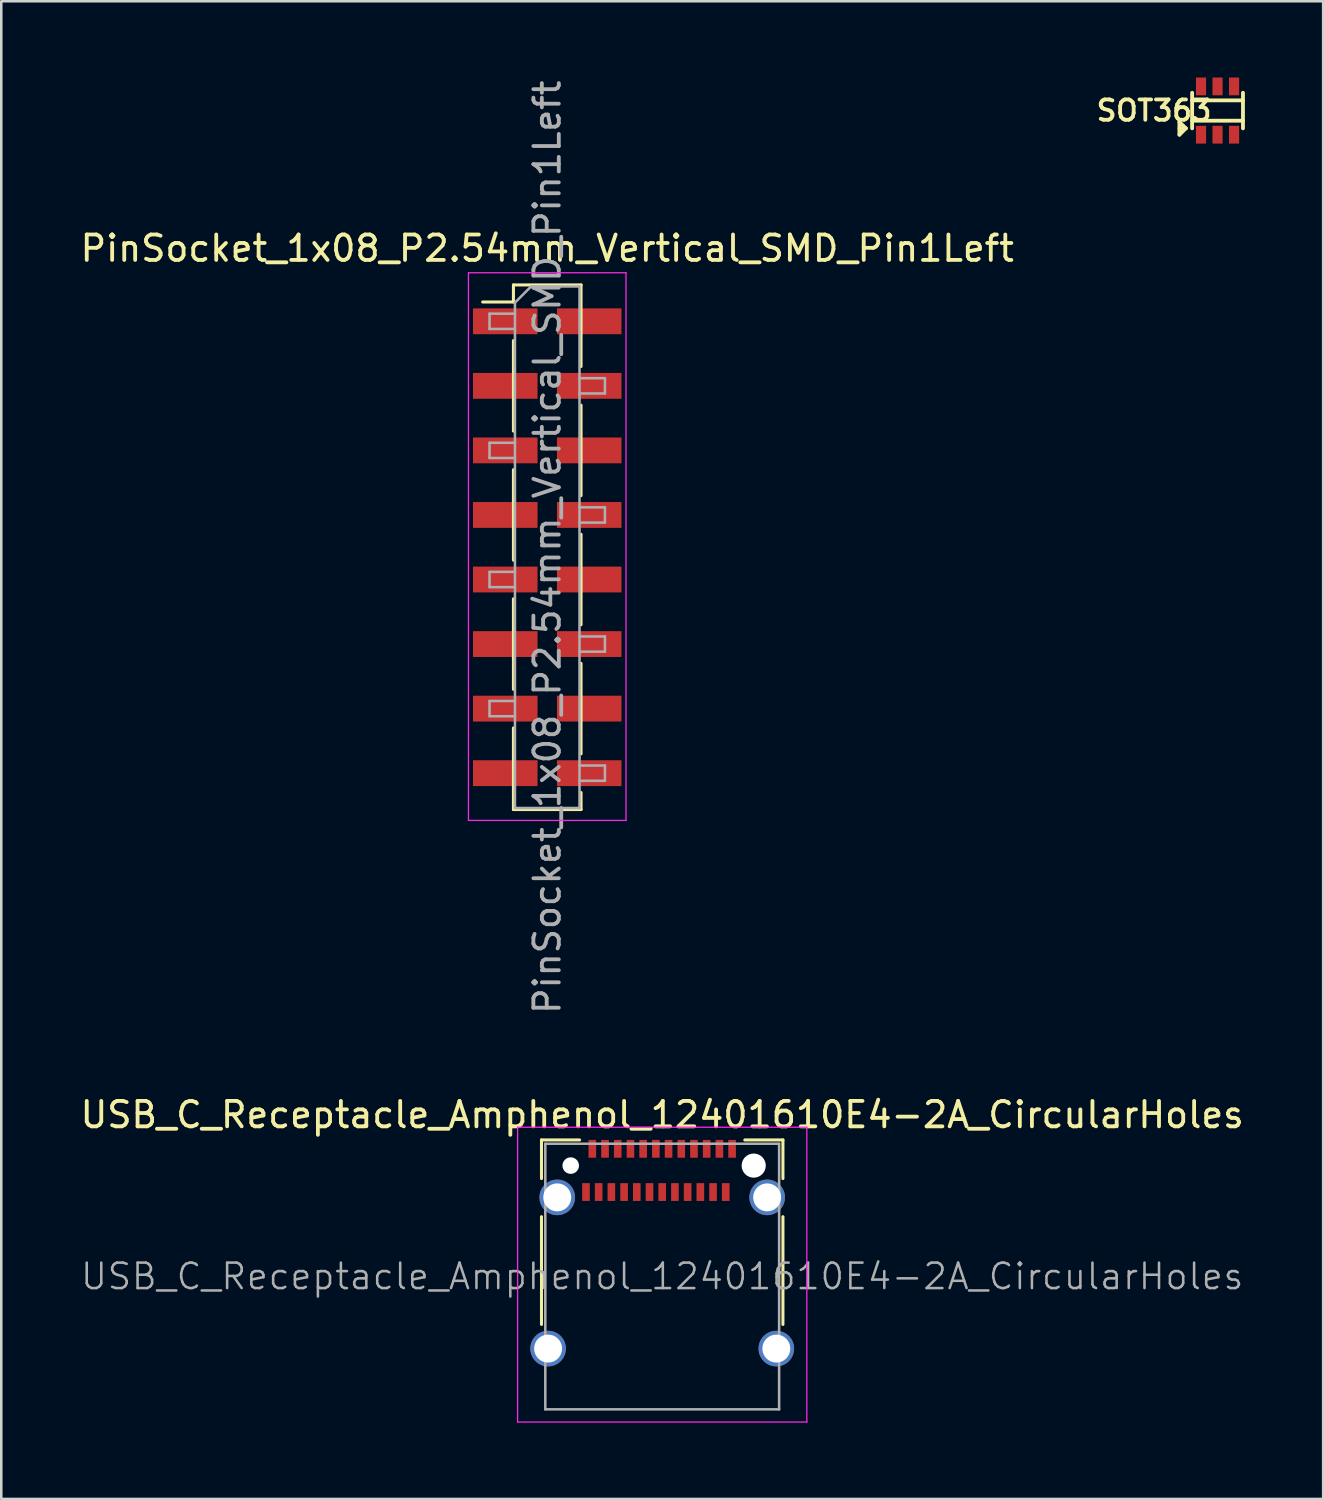
<source format=kicad_pcb>
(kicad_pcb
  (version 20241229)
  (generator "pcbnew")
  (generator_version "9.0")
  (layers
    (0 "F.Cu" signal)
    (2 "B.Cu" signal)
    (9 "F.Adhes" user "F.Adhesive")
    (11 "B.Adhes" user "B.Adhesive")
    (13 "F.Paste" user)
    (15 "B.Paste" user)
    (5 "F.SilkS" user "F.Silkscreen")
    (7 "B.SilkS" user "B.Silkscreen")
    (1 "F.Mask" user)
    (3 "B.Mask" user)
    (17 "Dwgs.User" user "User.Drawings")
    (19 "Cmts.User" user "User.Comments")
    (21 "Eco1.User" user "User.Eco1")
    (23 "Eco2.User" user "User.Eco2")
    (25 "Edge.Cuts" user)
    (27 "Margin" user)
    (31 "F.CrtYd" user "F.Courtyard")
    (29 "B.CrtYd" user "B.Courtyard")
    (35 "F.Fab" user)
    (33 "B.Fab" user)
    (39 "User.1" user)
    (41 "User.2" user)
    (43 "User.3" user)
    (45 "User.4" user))
  (footprint "PinSocket_1x08_P2.54mm_Vertical_SMD_Pin1Left"
    (layer "F.Cu")
    (at 18.482 18.482)
    (property "Reference" "PinSocket_1x08_P2.54mm_Vertical_SMD_Pin1Left" (at 0 -11.76 0) (layer "F.SilkS") (effects (font (size 1 1) (thickness 0.15))))
    (attr smd)
    (fp_line (start -2.54 -9.65) (end -1.33 -9.65) (stroke (width 0.12) (type solid)) (layer "F.SilkS"))
    (fp_line (start -1.33 -10.32) (end -1.33 -9.65) (stroke (width 0.12) (type solid)) (layer "F.SilkS"))
    (fp_line (start -1.33 -10.32) (end 1.33 -10.32) (stroke (width 0.12) (type solid)) (layer "F.SilkS"))
    (fp_line (start -1.33 -8.13) (end -1.33 -4.57) (stroke (width 0.12) (type solid)) (layer "F.SilkS"))
    (fp_line (start -1.33 -3.05) (end -1.33 0.51) (stroke (width 0.12) (type solid)) (layer "F.SilkS"))
    (fp_line (start -1.33 2.03) (end -1.33 5.59) (stroke (width 0.12) (type solid)) (layer "F.SilkS"))
    (fp_line (start -1.33 7.11) (end -1.33 10.32) (stroke (width 0.12) (type solid)) (layer "F.SilkS"))
    (fp_line (start -1.33 10.32) (end 1.33 10.32) (stroke (width 0.12) (type solid)) (layer "F.SilkS"))
    (fp_line (start 1.33 -10.32) (end 1.33 -7.11) (stroke (width 0.12) (type solid)) (layer "F.SilkS"))
    (fp_line (start 1.33 -5.59) (end 1.33 -2.03) (stroke (width 0.12) (type solid)) (layer "F.SilkS"))
    (fp_line (start 1.33 -0.51) (end 1.33 3.05) (stroke (width 0.12) (type solid)) (layer "F.SilkS"))
    (fp_line (start 1.33 4.57) (end 1.33 8.13) (stroke (width 0.12) (type solid)) (layer "F.SilkS"))
    (fp_line (start 1.33 9.65) (end 1.33 10.32) (stroke (width 0.12) (type solid)) (layer "F.SilkS"))
    (fp_line (start -3.1 -10.8) (end 3.1 -10.8) (stroke (width 0.05) (type solid)) (layer "F.CrtYd"))
    (fp_line (start -3.1 10.75) (end -3.1 -10.8) (stroke (width 0.05) (type solid)) (layer "F.CrtYd"))
    (fp_line (start 3.1 -10.8) (end 3.1 10.75) (stroke (width 0.05) (type solid)) (layer "F.CrtYd"))
    (fp_line (start 3.1 10.75) (end -3.1 10.75) (stroke (width 0.05) (type solid)) (layer "F.CrtYd"))
    (fp_line (start -2.27 -9.19) (end -1.27 -9.19) (stroke (width 0.1) (type solid)) (layer "F.Fab"))
    (fp_line (start -2.27 -8.59) (end -2.27 -9.19) (stroke (width 0.1) (type solid)) (layer "F.Fab"))
    (fp_line (start -2.27 -4.11) (end -1.27 -4.11) (stroke (width 0.1) (type solid)) (layer "F.Fab"))
    (fp_line (start -2.27 -3.51) (end -2.27 -4.11) (stroke (width 0.1) (type solid)) (layer "F.Fab"))
    (fp_line (start -2.27 0.97) (end -1.27 0.97) (stroke (width 0.1) (type solid)) (layer "F.Fab"))
    (fp_line (start -2.27 1.57) (end -2.27 0.97) (stroke (width 0.1) (type solid)) (layer "F.Fab"))
    (fp_line (start -2.27 6.05) (end -1.27 6.05) (stroke (width 0.1) (type solid)) (layer "F.Fab"))
    (fp_line (start -2.27 6.65) (end -2.27 6.05) (stroke (width 0.1) (type solid)) (layer "F.Fab"))
    (fp_line (start -1.27 -9.625) (end -0.635 -10.26) (stroke (width 0.1) (type solid)) (layer "F.Fab"))
    (fp_line (start -1.27 -8.59) (end -2.27 -8.59) (stroke (width 0.1) (type solid)) (layer "F.Fab"))
    (fp_line (start -1.27 -3.51) (end -2.27 -3.51) (stroke (width 0.1) (type solid)) (layer "F.Fab"))
    (fp_line (start -1.27 1.57) (end -2.27 1.57) (stroke (width 0.1) (type solid)) (layer "F.Fab"))
    (fp_line (start -1.27 6.65) (end -2.27 6.65) (stroke (width 0.1) (type solid)) (layer "F.Fab"))
    (fp_line (start -1.27 10.26) (end -1.27 -9.625) (stroke (width 0.1) (type solid)) (layer "F.Fab"))
    (fp_line (start -0.635 -10.26) (end 1.27 -10.26) (stroke (width 0.1) (type solid)) (layer "F.Fab"))
    (fp_line (start 1.27 -10.26) (end 1.27 10.26) (stroke (width 0.1) (type solid)) (layer "F.Fab"))
    (fp_line (start 1.27 -6.65) (end 2.27 -6.65) (stroke (width 0.1) (type solid)) (layer "F.Fab"))
    (fp_line (start 1.27 -1.57) (end 2.27 -1.57) (stroke (width 0.1) (type solid)) (layer "F.Fab"))
    (fp_line (start 1.27 3.51) (end 2.27 3.51) (stroke (width 0.1) (type solid)) (layer "F.Fab"))
    (fp_line (start 1.27 8.59) (end 2.27 8.59) (stroke (width 0.1) (type solid)) (layer "F.Fab"))
    (fp_line (start 1.27 10.26) (end -1.27 10.26) (stroke (width 0.1) (type solid)) (layer "F.Fab"))
    (fp_line (start 2.27 -6.65) (end 2.27 -6.05) (stroke (width 0.1) (type solid)) (layer "F.Fab"))
    (fp_line (start 2.27 -6.05) (end 1.27 -6.05) (stroke (width 0.1) (type solid)) (layer "F.Fab"))
    (fp_line (start 2.27 -1.57) (end 2.27 -0.97) (stroke (width 0.1) (type solid)) (layer "F.Fab"))
    (fp_line (start 2.27 -0.97) (end 1.27 -0.97) (stroke (width 0.1) (type solid)) (layer "F.Fab"))
    (fp_line (start 2.27 3.51) (end 2.27 4.11) (stroke (width 0.1) (type solid)) (layer "F.Fab"))
    (fp_line (start 2.27 4.11) (end 1.27 4.11) (stroke (width 0.1) (type solid)) (layer "F.Fab"))
    (fp_line (start 2.27 8.59) (end 2.27 9.19) (stroke (width 0.1) (type solid)) (layer "F.Fab"))
    (fp_line (start 2.27 9.19) (end 1.27 9.19) (stroke (width 0.1) (type solid)) (layer "F.Fab"))
    (fp_text user "${REFERENCE}" (at 0 0 270) (layer "F.Fab") (effects (font (size 1 1) (thickness 0.15))))
    (pad "1" smd rect (at -1.651 -8.89) (size 2.54 1.016) (layers "F.Cu" "F.Mask" "F.Paste"))
    (pad "1" smd rect (at 1.651 -8.89) (size 2.54 1.016) (layers "F.Cu" "F.Mask" "F.Paste"))
    (pad "2" smd rect (at -1.651 -6.35) (size 2.54 1.016) (layers "F.Cu" "F.Mask" "F.Paste"))
    (pad "2" smd rect (at 1.651 -6.35) (size 2.54 1.016) (layers "F.Cu" "F.Mask" "F.Paste"))
    (pad "3" smd rect (at -1.651 -3.81) (size 2.54 1.016) (layers "F.Cu" "F.Mask" "F.Paste"))
    (pad "3" smd rect (at 1.651 -3.81) (size 2.54 1.016) (layers "F.Cu" "F.Mask" "F.Paste"))
    (pad "4" smd rect (at -1.651 -1.27) (size 2.54 1.016) (layers "F.Cu" "F.Mask" "F.Paste"))
    (pad "4" smd rect (at 1.651 -1.27) (size 2.54 1.016) (layers "F.Cu" "F.Mask" "F.Paste"))
    (pad "5" smd rect (at -1.651 1.27) (size 2.54 1.016) (layers "F.Cu" "F.Mask" "F.Paste"))
    (pad "5" smd rect (at 1.651 1.27) (size 2.54 1.016) (layers "F.Cu" "F.Mask" "F.Paste"))
    (pad "6" smd rect (at -1.651 3.81) (size 2.54 1.016) (layers "F.Cu" "F.Mask" "F.Paste"))
    (pad "6" smd rect (at 1.651 3.81) (size 2.54 1.016) (layers "F.Cu" "F.Mask" "F.Paste"))
    (pad "7" smd rect (at -1.651 6.35) (size 2.54 1.016) (layers "F.Cu" "F.Mask" "F.Paste"))
    (pad "7" smd rect (at 1.651 6.35) (size 2.54 1.016) (layers "F.Cu" "F.Mask" "F.Paste"))
    (pad "8" smd rect (at -1.651 8.89) (size 2.54 1.016) (layers "F.Cu" "F.Mask" "F.Paste"))
    (pad "8" smd rect (at 1.651 8.89) (size 2.54 1.016) (layers "F.Cu" "F.Mask" "F.Paste")))
  (footprint "SOT363"
    (layer "F.Cu")
    (at 44.857 1.3)
    (property "Reference" "SOT363" (at -2.5 0 0) (layer "F.SilkS") (effects (font (size 0.8 0.8) (thickness 0.15))))
    (attr smd)
    (fp_line (start -1.5 0.45) (end -1.5 0.95) (stroke (width 0.15) (type solid)) (layer "F.SilkS"))
    (fp_line (start -1.5 0.95) (end -1.25 0.7) (stroke (width 0.15) (type solid)) (layer "F.SilkS"))
    (fp_line (start -1.25 0.7) (end -1.5 0.45) (stroke (width 0.15) (type solid)) (layer "F.SilkS"))
    (fp_line (start -1.25 0.7) (end -1.5 0.7) (stroke (width 0.15) (type solid)) (layer "F.SilkS"))
    (fp_line (start -1 -0.7) (end -1 0.7) (stroke (width 0.15) (type solid)) (layer "F.SilkS"))
    (fp_line (start -1 0.4) (end 1 0.4) (stroke (width 0.15) (type solid)) (layer "F.SilkS"))
    (fp_line (start 1 -0.4) (end -1 -0.4) (stroke (width 0.15) (type solid)) (layer "F.SilkS"))
    (fp_line (start 1 0.7) (end 1 -0.7) (stroke (width 0.15) (type solid)) (layer "F.SilkS"))
    (pad "1" smd rect (at -0.65 0.95) (size 0.4 0.7) (layers "F.Cu" "F.Mask" "F.Paste"))
    (pad "2" smd rect (at 0 0.95) (size 0.4 0.7) (layers "F.Cu" "F.Mask" "F.Paste"))
    (pad "3" smd rect (at 0.65 0.95) (size 0.4 0.7) (layers "F.Cu" "F.Mask" "F.Paste"))
    (pad "4" smd rect (at 0.65 -0.95) (size 0.4 0.7) (layers "F.Cu" "F.Mask" "F.Paste"))
    (pad "5" smd rect (at 0 -0.95) (size 0.4 0.7) (layers "F.Cu" "F.Mask" "F.Paste"))
    (pad "6" smd rect (at -0.65 -0.95) (size 0.4 0.7) (layers "F.Cu" "F.Mask" "F.Paste")))
  (footprint "USB_C_Receptacle_Amphenol_12401610E4-2A_CircularHoles"
    (layer "F.Cu")
    (at 23.006 47.173)
    (property "Reference" "USB_C_Receptacle_Amphenol_12401610E4-2A_CircularHoles" (at 0 -6.36 180) (layer "F.SilkS") (effects (font (size 1 1) (thickness 0.15))))
    (attr smd)
    (fp_line (start -4.75 -5.37) (end -4.75 -3.85) (stroke (width 0.12) (type solid)) (layer "F.SilkS"))
    (fp_line (start -4.75 -5.37) (end -3.25 -5.37) (stroke (width 0.12) (type solid)) (layer "F.SilkS"))
    (fp_line (start -4.75 -2.35) (end -4.75 1.89) (stroke (width 0.12) (type solid)) (layer "F.SilkS"))
    (fp_line (start 3.25 -5.37) (end 4.75 -5.37) (stroke (width 0.12) (type solid)) (layer "F.SilkS"))
    (fp_line (start 4.75 -5.37) (end 4.75 -3.85) (stroke (width 0.12) (type solid)) (layer "F.SilkS"))
    (fp_line (start 4.75 -2.35) (end 4.75 1.89) (stroke (width 0.12) (type solid)) (layer "F.SilkS"))
    (fp_line (start -5.69 -5.87) (end 5.69 -5.87) (stroke (width 0.05) (type solid)) (layer "F.CrtYd"))
    (fp_line (start -5.69 5.73) (end -5.69 -5.87) (stroke (width 0.05) (type solid)) (layer "F.CrtYd"))
    (fp_line (start 5.69 -5.87) (end 5.69 5.73) (stroke (width 0.05) (type solid)) (layer "F.CrtYd"))
    (fp_line (start 5.69 5.73) (end -5.69 5.73) (stroke (width 0.05) (type solid)) (layer "F.CrtYd"))
    (fp_line (start -4.6 -5.22) (end 4.6 -5.22) (stroke (width 0.1) (type solid)) (layer "F.Fab"))
    (fp_line (start -4.6 5.23) (end -4.6 -5.22) (stroke (width 0.1) (type solid)) (layer "F.Fab"))
    (fp_line (start -4.6 5.23) (end 4.6 5.23) (stroke (width 0.1) (type solid)) (layer "F.Fab"))
    (fp_line (start 4.6 5.23) (end 4.6 -5.22) (stroke (width 0.1) (type solid)) (layer "F.Fab"))
    (fp_text user "${REFERENCE}" (at 0 0 180) (layer "F.Fab") (effects (font (size 1 1) (thickness 0.1))))
    (pad "" np_thru_hole circle (at -3.6 -4.36) (size 0.65 0.65) (drill 0.65) (layers "*.Cu" "*.Mask"))
    (pad "" np_thru_hole circle (at 3.6 -4.36) (size 0.95 0.95) (drill 0.95) (layers "*.Cu" "*.Mask"))
    (pad "A1" smd rect (at -2.75 -5.02) (size 0.3 0.7) (layers "F.Cu" "F.Mask" "F.Paste"))
    (pad "A2" smd rect (at -2.25 -5.02) (size 0.3 0.7) (layers "F.Cu" "F.Mask" "F.Paste"))
    (pad "A3" smd rect (at -1.75 -5.02) (size 0.3 0.7) (layers "F.Cu" "F.Mask" "F.Paste"))
    (pad "A4" smd rect (at -1.25 -5.02) (size 0.3 0.7) (layers "F.Cu" "F.Mask" "F.Paste"))
    (pad "A5" smd rect (at -0.75 -5.02) (size 0.3 0.7) (layers "F.Cu" "F.Mask" "F.Paste"))
    (pad "A6" smd rect (at -0.25 -5.02) (size 0.3 0.7) (layers "F.Cu" "F.Mask" "F.Paste"))
    (pad "A7" smd rect (at 0.25 -5.02) (size 0.3 0.7) (layers "F.Cu" "F.Mask" "F.Paste"))
    (pad "A8" smd rect (at 0.75 -5.02) (size 0.3 0.7) (layers "F.Cu" "F.Mask" "F.Paste"))
    (pad "A9" smd rect (at 1.25 -5.02) (size 0.3 0.7) (layers "F.Cu" "F.Mask" "F.Paste"))
    (pad "A10" smd rect (at 1.75 -5.02) (size 0.3 0.7) (layers "F.Cu" "F.Mask" "F.Paste"))
    (pad "A11" smd rect (at 2.25 -5.02) (size 0.3 0.7) (layers "F.Cu" "F.Mask" "F.Paste"))
    (pad "A12" smd rect (at 2.75 -5.02) (size 0.3 0.7) (layers "F.Cu" "F.Mask" "F.Paste"))
    (pad "B1" smd rect (at 2.5 -3.32) (size 0.3 0.7) (layers "F.Cu" "F.Mask" "F.Paste"))
    (pad "B2" smd rect (at 2 -3.32) (size 0.3 0.7) (layers "F.Cu" "F.Mask" "F.Paste"))
    (pad "B3" smd rect (at 1.5 -3.32) (size 0.3 0.7) (layers "F.Cu" "F.Mask" "F.Paste"))
    (pad "B4" smd rect (at 1 -3.32) (size 0.3 0.7) (layers "F.Cu" "F.Mask" "F.Paste"))
    (pad "B5" smd rect (at 0.5 -3.32) (size 0.3 0.7) (layers "F.Cu" "F.Mask" "F.Paste"))
    (pad "B6" smd rect (at 0 -3.32) (size 0.3 0.7) (layers "F.Cu" "F.Mask" "F.Paste"))
    (pad "B7" smd rect (at -0.5 -3.32) (size 0.3 0.7) (layers "F.Cu" "F.Mask" "F.Paste"))
    (pad "B8" smd rect (at -1 -3.32) (size 0.3 0.7) (layers "F.Cu" "F.Mask" "F.Paste"))
    (pad "B9" smd rect (at -1.5 -3.32) (size 0.3 0.7) (layers "F.Cu" "F.Mask" "F.Paste"))
    (pad "B10" smd rect (at -2 -3.32) (size 0.3 0.7) (layers "F.Cu" "F.Mask" "F.Paste"))
    (pad "B11" smd rect (at -2.5 -3.32) (size 0.3 0.7) (layers "F.Cu" "F.Mask" "F.Paste"))
    (pad "B12" smd rect (at -3 -3.32) (size 0.3 0.7) (layers "F.Cu" "F.Mask" "F.Paste"))
    (pad "S1" thru_hole circle (at -4.49 2.84) (size 1.4 1.4) (drill 1.1) (layers "*.Cu" "*.Mask"))
    (pad "S1" thru_hole circle (at -4.13 -3.11) (size 1.4 1.4) (drill 1.1) (layers "*.Cu" "*.Mask"))
    (pad "S1" thru_hole circle (at 4.13 -3.11) (size 1.4 1.4) (drill 1.1) (layers "*.Cu" "*.Mask"))
    (pad "S1" thru_hole circle (at 4.49 2.84) (size 1.4 1.4) (drill 1.1) (layers "*.Cu" "*.Mask")))
  (gr_rect
    (start -3 -3)
    (end 49.012 55.928)
    (stroke (width 0.1) (type default))
    (fill no)
    (layer "Edge.Cuts")))
</source>
